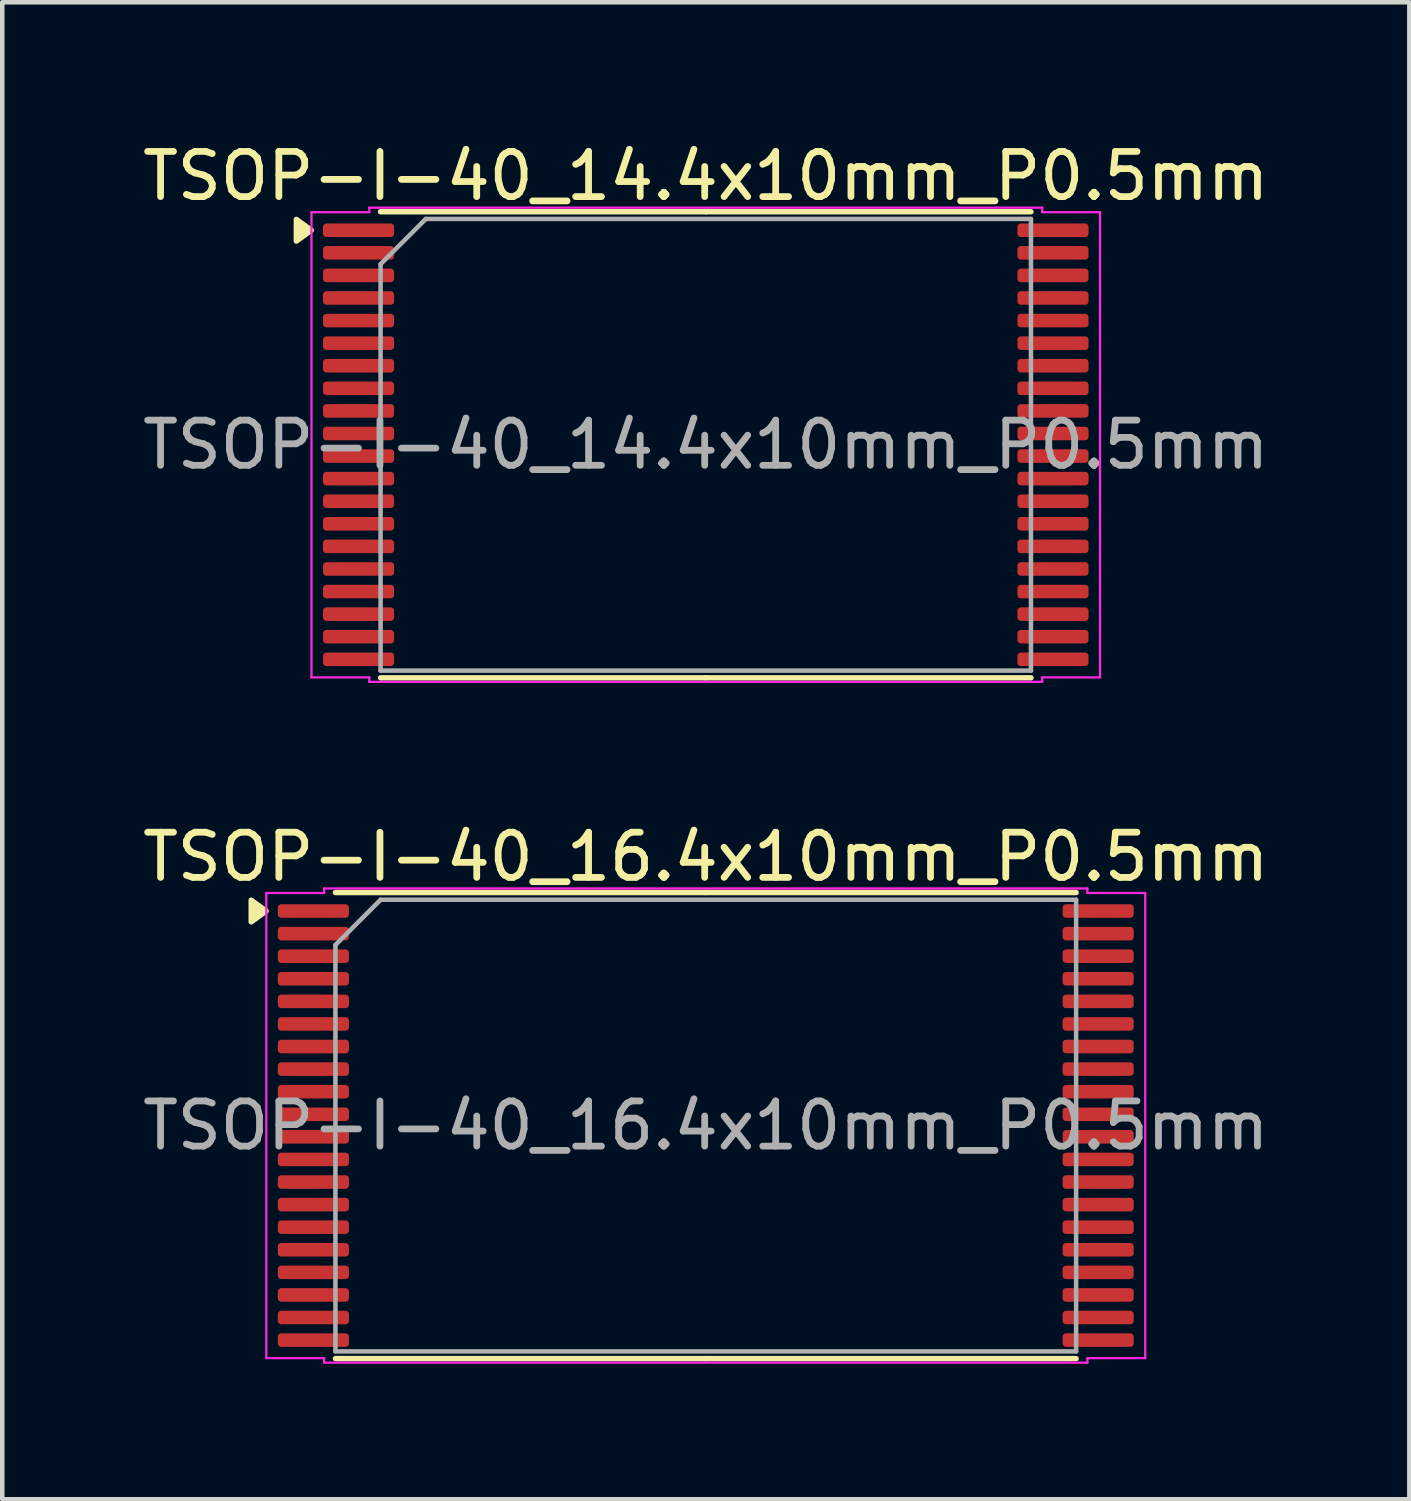
<source format=kicad_pcb>
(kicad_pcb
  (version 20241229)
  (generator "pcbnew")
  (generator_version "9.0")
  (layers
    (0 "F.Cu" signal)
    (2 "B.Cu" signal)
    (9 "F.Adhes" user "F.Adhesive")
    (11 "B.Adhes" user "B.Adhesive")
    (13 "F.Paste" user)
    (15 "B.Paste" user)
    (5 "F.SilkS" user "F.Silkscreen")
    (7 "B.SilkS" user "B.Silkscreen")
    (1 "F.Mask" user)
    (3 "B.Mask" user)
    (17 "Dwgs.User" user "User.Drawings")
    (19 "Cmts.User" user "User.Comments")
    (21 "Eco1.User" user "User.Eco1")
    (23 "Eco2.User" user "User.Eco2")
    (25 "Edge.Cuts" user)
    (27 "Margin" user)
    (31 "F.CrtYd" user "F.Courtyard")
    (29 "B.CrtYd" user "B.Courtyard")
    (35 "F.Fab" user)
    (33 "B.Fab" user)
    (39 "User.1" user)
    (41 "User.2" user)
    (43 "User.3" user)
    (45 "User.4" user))
  (footprint "TSOP-I-40_16.4x10mm_P0.5mm"
    (layer "F.Cu")
    (at 12.577 21.872)
    (property "Reference" "TSOP-I-40_16.4x10mm_P0.5mm" (at 0 -5.95 0) (layer "F.SilkS") (effects (font (size 1 1) (thickness 0.15))))
    (attr smd)
    (fp_line (start 0 -5.16) (end -8.2 -5.16) (stroke (width 0.12) (type solid)) (layer "F.SilkS"))
    (fp_line (start 0 -5.16) (end 8.2 -5.16) (stroke (width 0.12) (type solid)) (layer "F.SilkS"))
    (fp_line (start 0 5.16) (end -8.2 5.16) (stroke (width 0.12) (type solid)) (layer "F.SilkS"))
    (fp_line (start 0 5.16) (end 8.2 5.16) (stroke (width 0.12) (type solid)) (layer "F.SilkS"))
    (fp_poly (pts (xy -9.735 -4.75) (xy -10.065 -4.51) (xy -10.065 -4.99)) (stroke (width 0.12) (type solid)) (fill yes) (layer "F.SilkS"))
    (fp_line (start -9.73 -5.15) (end -8.45 -5.15) (stroke (width 0.05) (type solid)) (layer "F.CrtYd"))
    (fp_line (start -9.73 5.15) (end -9.73 -5.15) (stroke (width 0.05) (type solid)) (layer "F.CrtYd"))
    (fp_line (start -8.45 -5.25) (end 8.45 -5.25) (stroke (width 0.05) (type solid)) (layer "F.CrtYd"))
    (fp_line (start -8.45 -5.15) (end -8.45 -5.25) (stroke (width 0.05) (type solid)) (layer "F.CrtYd"))
    (fp_line (start -8.45 5.15) (end -9.73 5.15) (stroke (width 0.05) (type solid)) (layer "F.CrtYd"))
    (fp_line (start -8.45 5.25) (end -8.45 5.15) (stroke (width 0.05) (type solid)) (layer "F.CrtYd"))
    (fp_line (start 8.45 -5.25) (end 8.45 -5.15) (stroke (width 0.05) (type solid)) (layer "F.CrtYd"))
    (fp_line (start 8.45 -5.15) (end 9.73 -5.15) (stroke (width 0.05) (type solid)) (layer "F.CrtYd"))
    (fp_line (start 8.45 5.15) (end 8.45 5.25) (stroke (width 0.05) (type solid)) (layer "F.CrtYd"))
    (fp_line (start 8.45 5.25) (end -8.45 5.25) (stroke (width 0.05) (type solid)) (layer "F.CrtYd"))
    (fp_line (start 9.73 -5.15) (end 9.73 5.15) (stroke (width 0.05) (type solid)) (layer "F.CrtYd"))
    (fp_line (start 9.73 5.15) (end 8.45 5.15) (stroke (width 0.05) (type solid)) (layer "F.CrtYd"))
    (fp_line (start -8.2 -4) (end -7.2 -5) (stroke (width 0.1) (type solid)) (layer "F.Fab"))
    (fp_line (start -8.2 5) (end -8.2 -4) (stroke (width 0.1) (type solid)) (layer "F.Fab"))
    (fp_line (start -7.2 -5) (end 8.2 -5) (stroke (width 0.1) (type solid)) (layer "F.Fab"))
    (fp_line (start 8.2 -5) (end 8.2 5) (stroke (width 0.1) (type solid)) (layer "F.Fab"))
    (fp_line (start 8.2 5) (end -8.2 5) (stroke (width 0.1) (type solid)) (layer "F.Fab"))
    (fp_text user "${REFERENCE}" (at 0 0 0) (layer "F.Fab") (effects (font (size 1 1) (thickness 0.15))))
    (pad "1" smd roundrect (at -8.688 -4.75) (size 1.575 0.3) (layers "F.Cu" "F.Mask" "F.Paste") (roundrect_rratio 0.25))
    (pad "2" smd roundrect (at -8.688 -4.25) (size 1.575 0.3) (layers "F.Cu" "F.Mask" "F.Paste") (roundrect_rratio 0.25))
    (pad "3" smd roundrect (at -8.688 -3.75) (size 1.575 0.3) (layers "F.Cu" "F.Mask" "F.Paste") (roundrect_rratio 0.25))
    (pad "4" smd roundrect (at -8.688 -3.25) (size 1.575 0.3) (layers "F.Cu" "F.Mask" "F.Paste") (roundrect_rratio 0.25))
    (pad "5" smd roundrect (at -8.688 -2.75) (size 1.575 0.3) (layers "F.Cu" "F.Mask" "F.Paste") (roundrect_rratio 0.25))
    (pad "6" smd roundrect (at -8.688 -2.25) (size 1.575 0.3) (layers "F.Cu" "F.Mask" "F.Paste") (roundrect_rratio 0.25))
    (pad "7" smd roundrect (at -8.688 -1.75) (size 1.575 0.3) (layers "F.Cu" "F.Mask" "F.Paste") (roundrect_rratio 0.25))
    (pad "8" smd roundrect (at -8.688 -1.25) (size 1.575 0.3) (layers "F.Cu" "F.Mask" "F.Paste") (roundrect_rratio 0.25))
    (pad "9" smd roundrect (at -8.688 -0.75) (size 1.575 0.3) (layers "F.Cu" "F.Mask" "F.Paste") (roundrect_rratio 0.25))
    (pad "10" smd roundrect (at -8.688 -0.25) (size 1.575 0.3) (layers "F.Cu" "F.Mask" "F.Paste") (roundrect_rratio 0.25))
    (pad "11" smd roundrect (at -8.688 0.25) (size 1.575 0.3) (layers "F.Cu" "F.Mask" "F.Paste") (roundrect_rratio 0.25))
    (pad "12" smd roundrect (at -8.688 0.75) (size 1.575 0.3) (layers "F.Cu" "F.Mask" "F.Paste") (roundrect_rratio 0.25))
    (pad "13" smd roundrect (at -8.688 1.25) (size 1.575 0.3) (layers "F.Cu" "F.Mask" "F.Paste") (roundrect_rratio 0.25))
    (pad "14" smd roundrect (at -8.688 1.75) (size 1.575 0.3) (layers "F.Cu" "F.Mask" "F.Paste") (roundrect_rratio 0.25))
    (pad "15" smd roundrect (at -8.688 2.25) (size 1.575 0.3) (layers "F.Cu" "F.Mask" "F.Paste") (roundrect_rratio 0.25))
    (pad "16" smd roundrect (at -8.688 2.75) (size 1.575 0.3) (layers "F.Cu" "F.Mask" "F.Paste") (roundrect_rratio 0.25))
    (pad "17" smd roundrect (at -8.688 3.25) (size 1.575 0.3) (layers "F.Cu" "F.Mask" "F.Paste") (roundrect_rratio 0.25))
    (pad "18" smd roundrect (at -8.688 3.75) (size 1.575 0.3) (layers "F.Cu" "F.Mask" "F.Paste") (roundrect_rratio 0.25))
    (pad "19" smd roundrect (at -8.688 4.25) (size 1.575 0.3) (layers "F.Cu" "F.Mask" "F.Paste") (roundrect_rratio 0.25))
    (pad "20" smd roundrect (at -8.688 4.75) (size 1.575 0.3) (layers "F.Cu" "F.Mask" "F.Paste") (roundrect_rratio 0.25))
    (pad "21" smd roundrect (at 8.688 4.75) (size 1.575 0.3) (layers "F.Cu" "F.Mask" "F.Paste") (roundrect_rratio 0.25))
    (pad "22" smd roundrect (at 8.688 4.25) (size 1.575 0.3) (layers "F.Cu" "F.Mask" "F.Paste") (roundrect_rratio 0.25))
    (pad "23" smd roundrect (at 8.688 3.75) (size 1.575 0.3) (layers "F.Cu" "F.Mask" "F.Paste") (roundrect_rratio 0.25))
    (pad "24" smd roundrect (at 8.688 3.25) (size 1.575 0.3) (layers "F.Cu" "F.Mask" "F.Paste") (roundrect_rratio 0.25))
    (pad "25" smd roundrect (at 8.688 2.75) (size 1.575 0.3) (layers "F.Cu" "F.Mask" "F.Paste") (roundrect_rratio 0.25))
    (pad "26" smd roundrect (at 8.688 2.25) (size 1.575 0.3) (layers "F.Cu" "F.Mask" "F.Paste") (roundrect_rratio 0.25))
    (pad "27" smd roundrect (at 8.688 1.75) (size 1.575 0.3) (layers "F.Cu" "F.Mask" "F.Paste") (roundrect_rratio 0.25))
    (pad "28" smd roundrect (at 8.688 1.25) (size 1.575 0.3) (layers "F.Cu" "F.Mask" "F.Paste") (roundrect_rratio 0.25))
    (pad "29" smd roundrect (at 8.688 0.75) (size 1.575 0.3) (layers "F.Cu" "F.Mask" "F.Paste") (roundrect_rratio 0.25))
    (pad "30" smd roundrect (at 8.688 0.25) (size 1.575 0.3) (layers "F.Cu" "F.Mask" "F.Paste") (roundrect_rratio 0.25))
    (pad "31" smd roundrect (at 8.688 -0.25) (size 1.575 0.3) (layers "F.Cu" "F.Mask" "F.Paste") (roundrect_rratio 0.25))
    (pad "32" smd roundrect (at 8.688 -0.75) (size 1.575 0.3) (layers "F.Cu" "F.Mask" "F.Paste") (roundrect_rratio 0.25))
    (pad "33" smd roundrect (at 8.688 -1.25) (size 1.575 0.3) (layers "F.Cu" "F.Mask" "F.Paste") (roundrect_rratio 0.25))
    (pad "34" smd roundrect (at 8.688 -1.75) (size 1.575 0.3) (layers "F.Cu" "F.Mask" "F.Paste") (roundrect_rratio 0.25))
    (pad "35" smd roundrect (at 8.688 -2.25) (size 1.575 0.3) (layers "F.Cu" "F.Mask" "F.Paste") (roundrect_rratio 0.25))
    (pad "36" smd roundrect (at 8.688 -2.75) (size 1.575 0.3) (layers "F.Cu" "F.Mask" "F.Paste") (roundrect_rratio 0.25))
    (pad "37" smd roundrect (at 8.688 -3.25) (size 1.575 0.3) (layers "F.Cu" "F.Mask" "F.Paste") (roundrect_rratio 0.25))
    (pad "38" smd roundrect (at 8.688 -3.75) (size 1.575 0.3) (layers "F.Cu" "F.Mask" "F.Paste") (roundrect_rratio 0.25))
    (pad "39" smd roundrect (at 8.688 -4.25) (size 1.575 0.3) (layers "F.Cu" "F.Mask" "F.Paste") (roundrect_rratio 0.25))
    (pad "40" smd roundrect (at 8.688 -4.75) (size 1.575 0.3) (layers "F.Cu" "F.Mask" "F.Paste") (roundrect_rratio 0.25)))
  (footprint "TSOP-I-40_14.4x10mm_P0.5mm"
    (layer "F.Cu")
    (at 12.577 6.798)
    (property "Reference" "TSOP-I-40_14.4x10mm_P0.5mm" (at 0 -5.95 0) (layer "F.SilkS") (effects (font (size 1 1) (thickness 0.15))))
    (attr smd)
    (fp_line (start 0 -5.16) (end -7.2 -5.16) (stroke (width 0.12) (type solid)) (layer "F.SilkS"))
    (fp_line (start 0 -5.16) (end 7.2 -5.16) (stroke (width 0.12) (type solid)) (layer "F.SilkS"))
    (fp_line (start 0 5.16) (end -7.2 5.16) (stroke (width 0.12) (type solid)) (layer "F.SilkS"))
    (fp_line (start 0 5.16) (end 7.2 5.16) (stroke (width 0.12) (type solid)) (layer "F.SilkS"))
    (fp_poly (pts (xy -8.735 -4.75) (xy -9.065 -4.51) (xy -9.065 -4.99)) (stroke (width 0.12) (type solid)) (fill yes) (layer "F.SilkS"))
    (fp_line (start -8.73 -5.15) (end -7.45 -5.15) (stroke (width 0.05) (type solid)) (layer "F.CrtYd"))
    (fp_line (start -8.73 5.15) (end -8.73 -5.15) (stroke (width 0.05) (type solid)) (layer "F.CrtYd"))
    (fp_line (start -7.45 -5.25) (end 7.45 -5.25) (stroke (width 0.05) (type solid)) (layer "F.CrtYd"))
    (fp_line (start -7.45 -5.15) (end -7.45 -5.25) (stroke (width 0.05) (type solid)) (layer "F.CrtYd"))
    (fp_line (start -7.45 5.15) (end -8.73 5.15) (stroke (width 0.05) (type solid)) (layer "F.CrtYd"))
    (fp_line (start -7.45 5.25) (end -7.45 5.15) (stroke (width 0.05) (type solid)) (layer "F.CrtYd"))
    (fp_line (start 7.45 -5.25) (end 7.45 -5.15) (stroke (width 0.05) (type solid)) (layer "F.CrtYd"))
    (fp_line (start 7.45 -5.15) (end 8.73 -5.15) (stroke (width 0.05) (type solid)) (layer "F.CrtYd"))
    (fp_line (start 7.45 5.15) (end 7.45 5.25) (stroke (width 0.05) (type solid)) (layer "F.CrtYd"))
    (fp_line (start 7.45 5.25) (end -7.45 5.25) (stroke (width 0.05) (type solid)) (layer "F.CrtYd"))
    (fp_line (start 8.73 -5.15) (end 8.73 5.15) (stroke (width 0.05) (type solid)) (layer "F.CrtYd"))
    (fp_line (start 8.73 5.15) (end 7.45 5.15) (stroke (width 0.05) (type solid)) (layer "F.CrtYd"))
    (fp_line (start -7.2 -4) (end -6.2 -5) (stroke (width 0.1) (type solid)) (layer "F.Fab"))
    (fp_line (start -7.2 5) (end -7.2 -4) (stroke (width 0.1) (type solid)) (layer "F.Fab"))
    (fp_line (start -6.2 -5) (end 7.2 -5) (stroke (width 0.1) (type solid)) (layer "F.Fab"))
    (fp_line (start 7.2 -5) (end 7.2 5) (stroke (width 0.1) (type solid)) (layer "F.Fab"))
    (fp_line (start 7.2 5) (end -7.2 5) (stroke (width 0.1) (type solid)) (layer "F.Fab"))
    (fp_text user "${REFERENCE}" (at 0 0 0) (layer "F.Fab") (effects (font (size 1 1) (thickness 0.15))))
    (pad "1" smd roundrect (at -7.688 -4.75) (size 1.575 0.3) (layers "F.Cu" "F.Mask" "F.Paste") (roundrect_rratio 0.25))
    (pad "2" smd roundrect (at -7.688 -4.25) (size 1.575 0.3) (layers "F.Cu" "F.Mask" "F.Paste") (roundrect_rratio 0.25))
    (pad "3" smd roundrect (at -7.688 -3.75) (size 1.575 0.3) (layers "F.Cu" "F.Mask" "F.Paste") (roundrect_rratio 0.25))
    (pad "4" smd roundrect (at -7.688 -3.25) (size 1.575 0.3) (layers "F.Cu" "F.Mask" "F.Paste") (roundrect_rratio 0.25))
    (pad "5" smd roundrect (at -7.688 -2.75) (size 1.575 0.3) (layers "F.Cu" "F.Mask" "F.Paste") (roundrect_rratio 0.25))
    (pad "6" smd roundrect (at -7.688 -2.25) (size 1.575 0.3) (layers "F.Cu" "F.Mask" "F.Paste") (roundrect_rratio 0.25))
    (pad "7" smd roundrect (at -7.688 -1.75) (size 1.575 0.3) (layers "F.Cu" "F.Mask" "F.Paste") (roundrect_rratio 0.25))
    (pad "8" smd roundrect (at -7.688 -1.25) (size 1.575 0.3) (layers "F.Cu" "F.Mask" "F.Paste") (roundrect_rratio 0.25))
    (pad "9" smd roundrect (at -7.688 -0.75) (size 1.575 0.3) (layers "F.Cu" "F.Mask" "F.Paste") (roundrect_rratio 0.25))
    (pad "10" smd roundrect (at -7.688 -0.25) (size 1.575 0.3) (layers "F.Cu" "F.Mask" "F.Paste") (roundrect_rratio 0.25))
    (pad "11" smd roundrect (at -7.688 0.25) (size 1.575 0.3) (layers "F.Cu" "F.Mask" "F.Paste") (roundrect_rratio 0.25))
    (pad "12" smd roundrect (at -7.688 0.75) (size 1.575 0.3) (layers "F.Cu" "F.Mask" "F.Paste") (roundrect_rratio 0.25))
    (pad "13" smd roundrect (at -7.688 1.25) (size 1.575 0.3) (layers "F.Cu" "F.Mask" "F.Paste") (roundrect_rratio 0.25))
    (pad "14" smd roundrect (at -7.688 1.75) (size 1.575 0.3) (layers "F.Cu" "F.Mask" "F.Paste") (roundrect_rratio 0.25))
    (pad "15" smd roundrect (at -7.688 2.25) (size 1.575 0.3) (layers "F.Cu" "F.Mask" "F.Paste") (roundrect_rratio 0.25))
    (pad "16" smd roundrect (at -7.688 2.75) (size 1.575 0.3) (layers "F.Cu" "F.Mask" "F.Paste") (roundrect_rratio 0.25))
    (pad "17" smd roundrect (at -7.688 3.25) (size 1.575 0.3) (layers "F.Cu" "F.Mask" "F.Paste") (roundrect_rratio 0.25))
    (pad "18" smd roundrect (at -7.688 3.75) (size 1.575 0.3) (layers "F.Cu" "F.Mask" "F.Paste") (roundrect_rratio 0.25))
    (pad "19" smd roundrect (at -7.688 4.25) (size 1.575 0.3) (layers "F.Cu" "F.Mask" "F.Paste") (roundrect_rratio 0.25))
    (pad "20" smd roundrect (at -7.688 4.75) (size 1.575 0.3) (layers "F.Cu" "F.Mask" "F.Paste") (roundrect_rratio 0.25))
    (pad "21" smd roundrect (at 7.688 4.75) (size 1.575 0.3) (layers "F.Cu" "F.Mask" "F.Paste") (roundrect_rratio 0.25))
    (pad "22" smd roundrect (at 7.688 4.25) (size 1.575 0.3) (layers "F.Cu" "F.Mask" "F.Paste") (roundrect_rratio 0.25))
    (pad "23" smd roundrect (at 7.688 3.75) (size 1.575 0.3) (layers "F.Cu" "F.Mask" "F.Paste") (roundrect_rratio 0.25))
    (pad "24" smd roundrect (at 7.688 3.25) (size 1.575 0.3) (layers "F.Cu" "F.Mask" "F.Paste") (roundrect_rratio 0.25))
    (pad "25" smd roundrect (at 7.688 2.75) (size 1.575 0.3) (layers "F.Cu" "F.Mask" "F.Paste") (roundrect_rratio 0.25))
    (pad "26" smd roundrect (at 7.688 2.25) (size 1.575 0.3) (layers "F.Cu" "F.Mask" "F.Paste") (roundrect_rratio 0.25))
    (pad "27" smd roundrect (at 7.688 1.75) (size 1.575 0.3) (layers "F.Cu" "F.Mask" "F.Paste") (roundrect_rratio 0.25))
    (pad "28" smd roundrect (at 7.688 1.25) (size 1.575 0.3) (layers "F.Cu" "F.Mask" "F.Paste") (roundrect_rratio 0.25))
    (pad "29" smd roundrect (at 7.688 0.75) (size 1.575 0.3) (layers "F.Cu" "F.Mask" "F.Paste") (roundrect_rratio 0.25))
    (pad "30" smd roundrect (at 7.688 0.25) (size 1.575 0.3) (layers "F.Cu" "F.Mask" "F.Paste") (roundrect_rratio 0.25))
    (pad "31" smd roundrect (at 7.688 -0.25) (size 1.575 0.3) (layers "F.Cu" "F.Mask" "F.Paste") (roundrect_rratio 0.25))
    (pad "32" smd roundrect (at 7.688 -0.75) (size 1.575 0.3) (layers "F.Cu" "F.Mask" "F.Paste") (roundrect_rratio 0.25))
    (pad "33" smd roundrect (at 7.688 -1.25) (size 1.575 0.3) (layers "F.Cu" "F.Mask" "F.Paste") (roundrect_rratio 0.25))
    (pad "34" smd roundrect (at 7.688 -1.75) (size 1.575 0.3) (layers "F.Cu" "F.Mask" "F.Paste") (roundrect_rratio 0.25))
    (pad "35" smd roundrect (at 7.688 -2.25) (size 1.575 0.3) (layers "F.Cu" "F.Mask" "F.Paste") (roundrect_rratio 0.25))
    (pad "36" smd roundrect (at 7.688 -2.75) (size 1.575 0.3) (layers "F.Cu" "F.Mask" "F.Paste") (roundrect_rratio 0.25))
    (pad "37" smd roundrect (at 7.688 -3.25) (size 1.575 0.3) (layers "F.Cu" "F.Mask" "F.Paste") (roundrect_rratio 0.25))
    (pad "38" smd roundrect (at 7.688 -3.75) (size 1.575 0.3) (layers "F.Cu" "F.Mask" "F.Paste") (roundrect_rratio 0.25))
    (pad "39" smd roundrect (at 7.688 -4.25) (size 1.575 0.3) (layers "F.Cu" "F.Mask" "F.Paste") (roundrect_rratio 0.25))
    (pad "40" smd roundrect (at 7.688 -4.75) (size 1.575 0.3) (layers "F.Cu" "F.Mask" "F.Paste") (roundrect_rratio 0.25)))
  (gr_rect
    (start -3 -3)
    (end 28.155 30.146)
    (stroke (width 0.1) (type default))
    (fill no)
    (layer "Edge.Cuts")))
</source>
